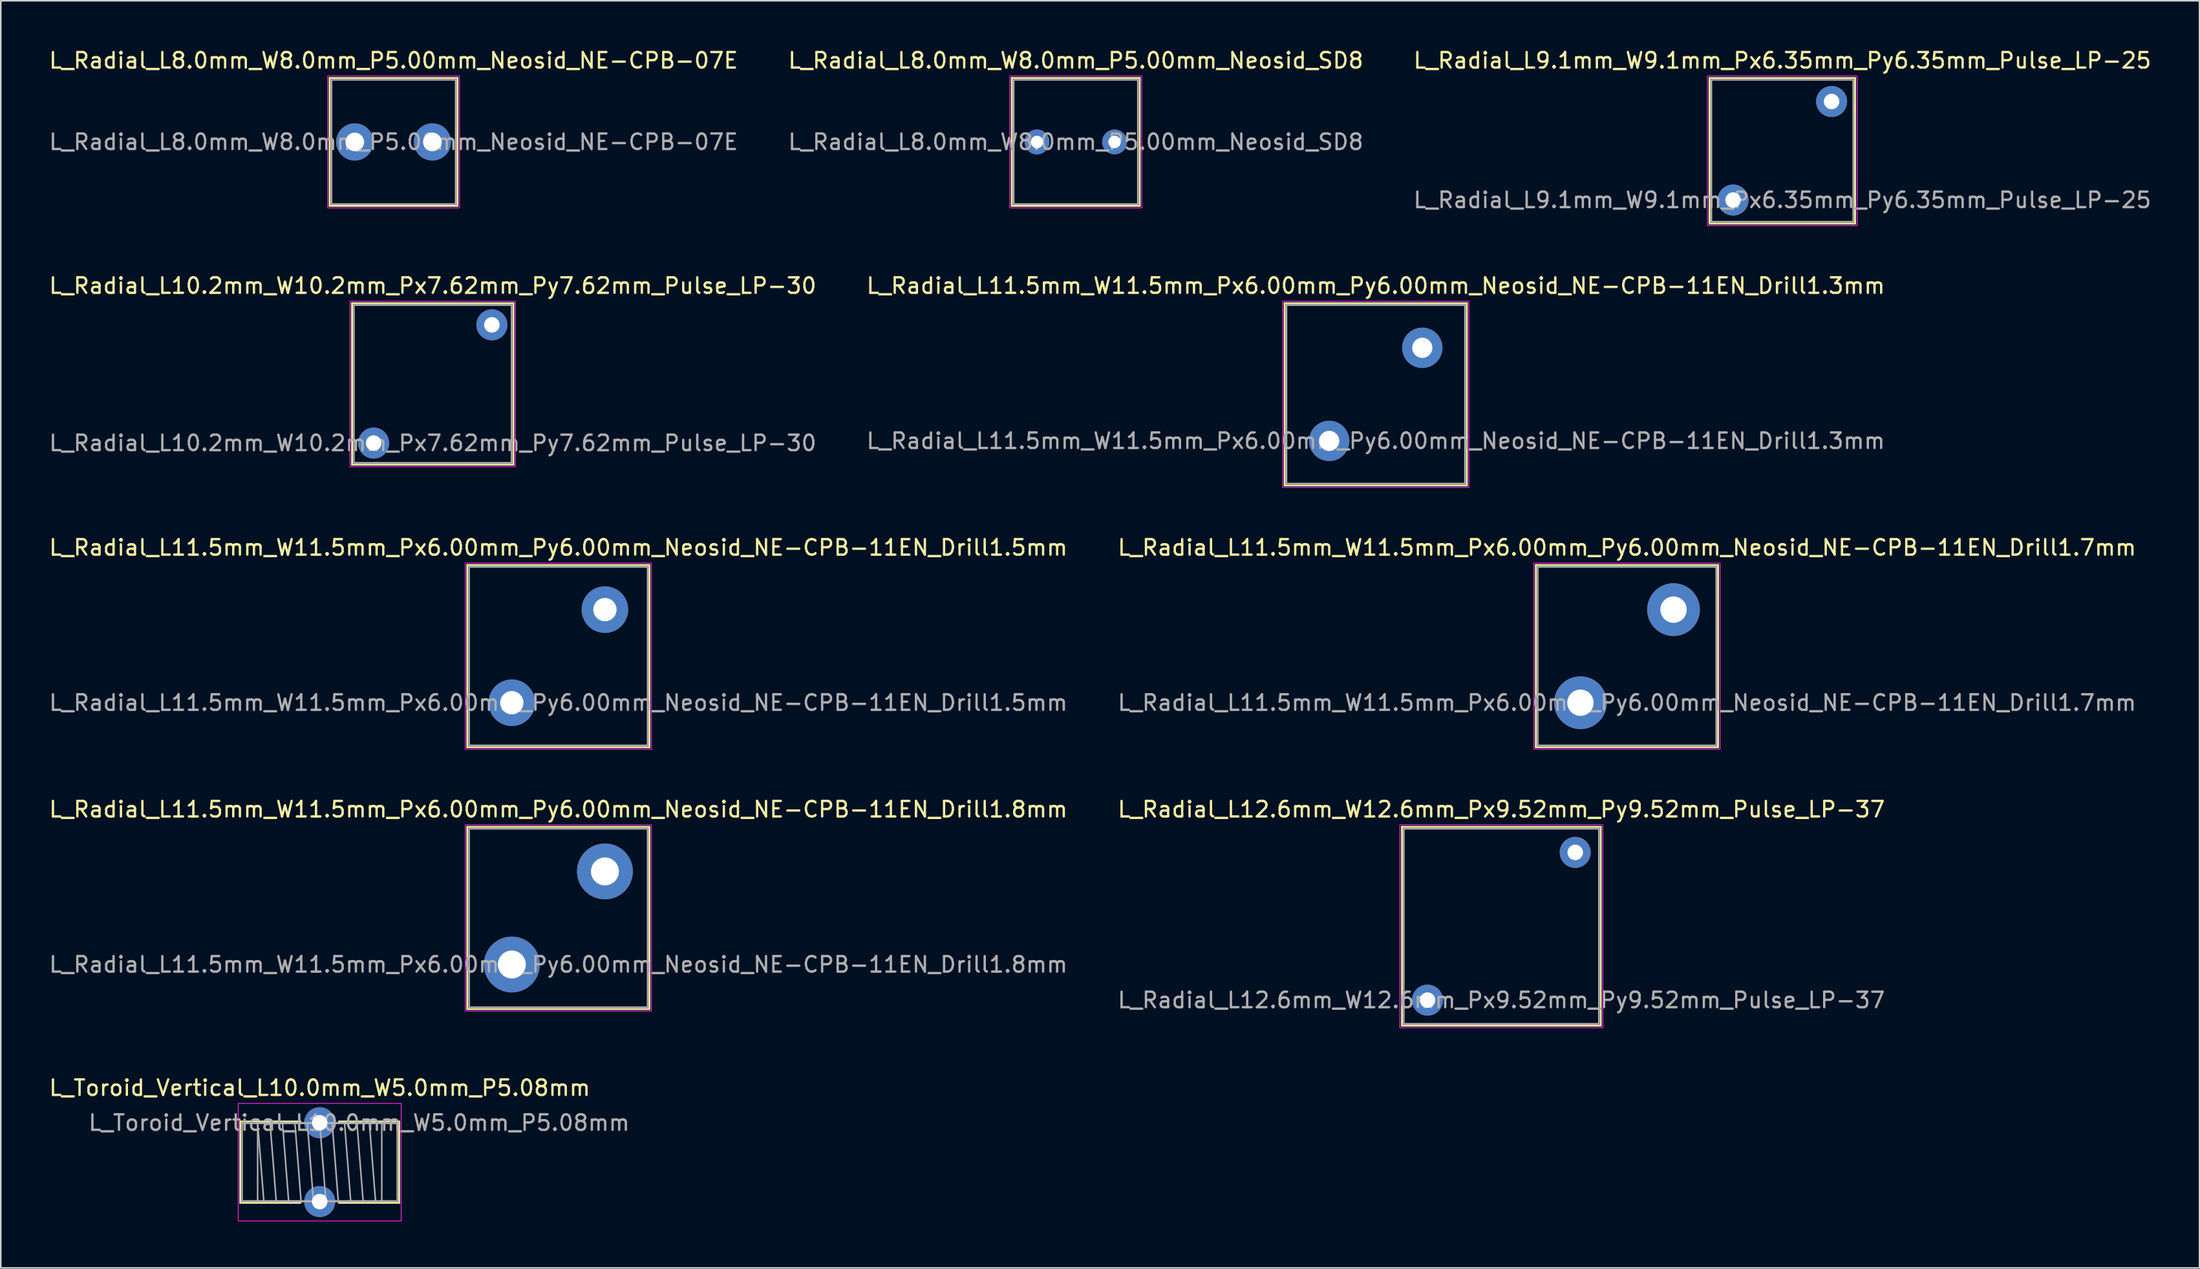
<source format=kicad_pcb>
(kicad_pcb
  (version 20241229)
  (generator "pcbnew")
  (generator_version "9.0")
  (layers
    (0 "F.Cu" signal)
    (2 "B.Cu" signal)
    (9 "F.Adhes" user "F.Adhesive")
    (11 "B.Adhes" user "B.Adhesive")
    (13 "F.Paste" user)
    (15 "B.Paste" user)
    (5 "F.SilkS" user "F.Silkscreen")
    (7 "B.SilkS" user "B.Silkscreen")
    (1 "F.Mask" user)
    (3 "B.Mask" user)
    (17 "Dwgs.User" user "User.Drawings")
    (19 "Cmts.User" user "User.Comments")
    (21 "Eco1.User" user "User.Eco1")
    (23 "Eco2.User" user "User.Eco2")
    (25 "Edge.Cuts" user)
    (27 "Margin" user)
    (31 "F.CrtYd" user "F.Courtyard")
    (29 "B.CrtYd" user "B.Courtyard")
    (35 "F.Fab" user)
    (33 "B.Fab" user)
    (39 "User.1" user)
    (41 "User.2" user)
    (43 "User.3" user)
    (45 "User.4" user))
  (footprint "L_Radial_L11.5mm_W11.5mm_Px6.00mm_Py6.00mm_Neosid_NE-CPB-11EN_Drill1.7mm"
    (layer "F.Cu")
    (at 98.804 42.24)
    (property "Reference" "L_Radial_L11.5mm_W11.5mm_Px6.00mm_Py6.00mm_Neosid_NE-CPB-11EN_Drill1.7mm" (at 3 -10 0) (layer "F.SilkS") (effects (font (size 1 1) (thickness 0.15))))
    (attr through_hole)
    (fp_line (start -2.87 -8.87) (end -2.87 2.87) (stroke (width 0.12) (type solid)) (layer "F.SilkS"))
    (fp_line (start -2.87 -8.87) (end 8.87 -8.87) (stroke (width 0.12) (type solid)) (layer "F.SilkS"))
    (fp_line (start -2.87 2.87) (end 8.87 2.87) (stroke (width 0.12) (type solid)) (layer "F.SilkS"))
    (fp_line (start 8.87 -8.87) (end 8.87 2.87) (stroke (width 0.12) (type solid)) (layer "F.SilkS"))
    (fp_rect (start -3 -9) (end 9 3) (stroke (width 0.05) (type solid)) (fill no) (layer "F.CrtYd"))
    (fp_rect (start -2.75 -8.75) (end 8.75 2.75) (stroke (width 0.1) (type solid)) (fill no) (layer "F.Fab"))
    (fp_text user "${REFERENCE}" (at 3 0 0) (layer "F.Fab") (effects (font (size 1 1) (thickness 0.15))))
    (pad "1" thru_hole circle (at 0 0) (size 3.4 3.4) (drill 1.7) (layers "*.Cu" "*.Mask"))
    (pad "2" thru_hole circle (at 6 -6) (size 3.4 3.4) (drill 1.7) (layers "*.Cu" "*.Mask")))
  (footprint "L_Radial_L9.1mm_W9.1mm_Px6.35mm_Py6.35mm_Pulse_LP-25"
    (layer "F.Cu")
    (at 108.64 9.843)
    (property "Reference" "L_Radial_L9.1mm_W9.1mm_Px6.35mm_Py6.35mm_Pulse_LP-25" (at 3.175 -8.995 0) (layer "F.SilkS") (effects (font (size 1 1) (thickness 0.15))))
    (attr through_hole)
    (fp_line (start -1.515 -7.865) (end -1.515 1.515) (stroke (width 0.12) (type solid)) (layer "F.SilkS"))
    (fp_line (start -1.515 -7.865) (end 7.865 -7.865) (stroke (width 0.12) (type solid)) (layer "F.SilkS"))
    (fp_line (start -1.515 1.515) (end 7.865 1.515) (stroke (width 0.12) (type solid)) (layer "F.SilkS"))
    (fp_line (start 7.865 -7.865) (end 7.865 1.515) (stroke (width 0.12) (type solid)) (layer "F.SilkS"))
    (fp_rect (start -1.65 -8) (end 8 1.65) (stroke (width 0.05) (type solid)) (fill no) (layer "F.CrtYd"))
    (fp_rect (start -1.395 -7.745) (end 7.745 1.395) (stroke (width 0.1) (type solid)) (fill no) (layer "F.Fab"))
    (fp_text user "${REFERENCE}" (at 3.175 0 0) (layer "F.Fab") (effects (font (size 1 1) (thickness 0.15))))
    (pad "1" thru_hole circle (at 0 0) (size 2 2) (drill 1) (layers "*.Cu" "*.Mask"))
    (pad "2" thru_hole circle (at 6.35 -6.35) (size 2 2) (drill 1) (layers "*.Cu" "*.Mask")))
  (footprint "L_Toroid_Vertical_L10.0mm_W5.0mm_P5.08mm"
    (layer "F.Cu")
    (at 17.554 69.311)
    (property "Reference" "L_Toroid_Vertical_L10.0mm_W5.0mm_P5.08mm" (at 0 -2.25 0) (layer "F.SilkS") (effects (font (size 1 1) (thickness 0.15))))
    (attr through_hole)
    (fp_line (start -5.12 -0.08) (end -5.12 5.16) (stroke (width 0.12) (type solid)) (layer "F.SilkS"))
    (fp_line (start -5.12 -0.08) (end -1.237 -0.08) (stroke (width 0.12) (type solid)) (layer "F.SilkS"))
    (fp_line (start -5.12 5.16) (end -1.237 5.16) (stroke (width 0.12) (type solid)) (layer "F.SilkS"))
    (fp_line (start 1.237 -0.08) (end 5.12 -0.08) (stroke (width 0.12) (type solid)) (layer "F.SilkS"))
    (fp_line (start 1.237 5.16) (end 5.12 5.16) (stroke (width 0.12) (type solid)) (layer "F.SilkS"))
    (fp_line (start 5.12 -0.08) (end 5.12 5.16) (stroke (width 0.12) (type solid)) (layer "F.SilkS"))
    (fp_rect (start -5.25 -1.25) (end 5.25 6.33) (stroke (width 0.05) (type solid)) (fill no) (layer "F.CrtYd"))
    (fp_line (start -4 0) (end -3.6 5.08) (stroke (width 0.1) (type solid)) (layer "F.Fab"))
    (fp_line (start -3.2 0) (end -2.8 5.08) (stroke (width 0.1) (type solid)) (layer "F.Fab"))
    (fp_line (start -2.4 0) (end -2 5.08) (stroke (width 0.1) (type solid)) (layer "F.Fab"))
    (fp_line (start -1.6 0) (end -1.2 5.08) (stroke (width 0.1) (type solid)) (layer "F.Fab"))
    (fp_line (start -0.8 0) (end -0.4 5.08) (stroke (width 0.1) (type solid)) (layer "F.Fab"))
    (fp_line (start 0 0) (end 0.4 5.08) (stroke (width 0.1) (type solid)) (layer "F.Fab"))
    (fp_line (start 0.8 0) (end 1.2 5.08) (stroke (width 0.1) (type solid)) (layer "F.Fab"))
    (fp_line (start 1.6 0) (end 2 5.08) (stroke (width 0.1) (type solid)) (layer "F.Fab"))
    (fp_line (start 2.4 0) (end 2.8 5.08) (stroke (width 0.1) (type solid)) (layer "F.Fab"))
    (fp_line (start 3.2 0) (end 3.6 5.08) (stroke (width 0.1) (type solid)) (layer "F.Fab"))
    (fp_rect (start -5 0.04) (end 5 5.04) (stroke (width 0.1) (type solid)) (fill no) (layer "F.Fab"))
    (fp_rect (start -4 0) (end 4 5.08) (stroke (width 0.1) (type solid)) (fill no) (layer "F.Fab"))
    (fp_text user "${REFERENCE}" (at 2.54 0 0) (layer "F.Fab") (effects (font (size 1 1) (thickness 0.15))))
    (pad "1" thru_hole circle (at 0 0) (size 2 2) (drill 1) (layers "*.Cu" "*.Mask"))
    (pad "2" thru_hole circle (at 0 5.08) (size 2 2) (drill 1) (layers "*.Cu" "*.Mask")))
  (footprint "L_Radial_L8.0mm_W8.0mm_P5.00mm_Neosid_NE-CPB-07E"
    (layer "F.Cu")
    (at 19.815 6.098)
    (property "Reference" "L_Radial_L8.0mm_W8.0mm_P5.00mm_Neosid_NE-CPB-07E" (at 2.5 -5.25 0) (layer "F.SilkS") (effects (font (size 1 1) (thickness 0.15))))
    (attr through_hole)
    (fp_line (start -1.62 -4.12) (end -1.62 4.12) (stroke (width 0.12) (type solid)) (layer "F.SilkS"))
    (fp_line (start -1.62 -4.12) (end 6.62 -4.12) (stroke (width 0.12) (type solid)) (layer "F.SilkS"))
    (fp_line (start -1.62 4.12) (end 6.62 4.12) (stroke (width 0.12) (type solid)) (layer "F.SilkS"))
    (fp_line (start 6.62 -4.12) (end 6.62 4.12) (stroke (width 0.12) (type solid)) (layer "F.SilkS"))
    (fp_rect (start -1.75 -4.25) (end 6.75 4.25) (stroke (width 0.05) (type solid)) (fill no) (layer "F.CrtYd"))
    (fp_rect (start -1.5 -4) (end 6.5 4) (stroke (width 0.1) (type solid)) (fill no) (layer "F.Fab"))
    (fp_text user "${REFERENCE}" (at 2.5 0 0) (layer "F.Fab") (effects (font (size 1 1) (thickness 0.15))))
    (pad "1" thru_hole circle (at 0 0) (size 2.4 2.4) (drill 1.2) (layers "*.Cu" "*.Mask"))
    (pad "2" thru_hole circle (at 5 0) (size 2.4 2.4) (drill 1.2) (layers "*.Cu" "*.Mask")))
  (footprint "L_Radial_L11.5mm_W11.5mm_Px6.00mm_Py6.00mm_Neosid_NE-CPB-11EN_Drill1.5mm"
    (layer "F.Cu")
    (at 29.935 42.24)
    (property "Reference" "L_Radial_L11.5mm_W11.5mm_Px6.00mm_Py6.00mm_Neosid_NE-CPB-11EN_Drill1.5mm" (at 3 -10 0) (layer "F.SilkS") (effects (font (size 1 1) (thickness 0.15))))
    (attr through_hole)
    (fp_line (start -2.87 -8.87) (end -2.87 2.87) (stroke (width 0.12) (type solid)) (layer "F.SilkS"))
    (fp_line (start -2.87 -8.87) (end 8.87 -8.87) (stroke (width 0.12) (type solid)) (layer "F.SilkS"))
    (fp_line (start -2.87 2.87) (end 8.87 2.87) (stroke (width 0.12) (type solid)) (layer "F.SilkS"))
    (fp_line (start 8.87 -8.87) (end 8.87 2.87) (stroke (width 0.12) (type solid)) (layer "F.SilkS"))
    (fp_rect (start -3 -9) (end 9 3) (stroke (width 0.05) (type solid)) (fill no) (layer "F.CrtYd"))
    (fp_rect (start -2.75 -8.75) (end 8.75 2.75) (stroke (width 0.1) (type solid)) (fill no) (layer "F.Fab"))
    (fp_text user "${REFERENCE}" (at 3 0 0) (layer "F.Fab") (effects (font (size 1 1) (thickness 0.15))))
    (pad "1" thru_hole circle (at 0 0) (size 3 3) (drill 1.5) (layers "*.Cu" "*.Mask"))
    (pad "2" thru_hole circle (at 6 -6) (size 3 3) (drill 1.5) (layers "*.Cu" "*.Mask")))
  (footprint "L_Radial_L11.5mm_W11.5mm_Px6.00mm_Py6.00mm_Neosid_NE-CPB-11EN_Drill1.3mm"
    (layer "F.Cu")
    (at 82.613 25.366)
    (property "Reference" "L_Radial_L11.5mm_W11.5mm_Px6.00mm_Py6.00mm_Neosid_NE-CPB-11EN_Drill1.3mm" (at 3 -10 0) (layer "F.SilkS") (effects (font (size 1 1) (thickness 0.15))))
    (attr through_hole)
    (fp_line (start -2.87 -8.87) (end -2.87 2.87) (stroke (width 0.12) (type solid)) (layer "F.SilkS"))
    (fp_line (start -2.87 -8.87) (end 8.87 -8.87) (stroke (width 0.12) (type solid)) (layer "F.SilkS"))
    (fp_line (start -2.87 2.87) (end 8.87 2.87) (stroke (width 0.12) (type solid)) (layer "F.SilkS"))
    (fp_line (start 8.87 -8.87) (end 8.87 2.87) (stroke (width 0.12) (type solid)) (layer "F.SilkS"))
    (fp_rect (start -3 -9) (end 9 3) (stroke (width 0.05) (type solid)) (fill no) (layer "F.CrtYd"))
    (fp_rect (start -2.75 -8.75) (end 8.75 2.75) (stroke (width 0.1) (type solid)) (fill no) (layer "F.Fab"))
    (fp_text user "${REFERENCE}" (at 3 0 0) (layer "F.Fab") (effects (font (size 1 1) (thickness 0.15))))
    (pad "1" thru_hole circle (at 0 0) (size 2.6 2.6) (drill 1.3) (layers "*.Cu" "*.Mask"))
    (pad "2" thru_hole circle (at 6 -6) (size 2.6 2.6) (drill 1.3) (layers "*.Cu" "*.Mask")))
  (footprint "L_Radial_L12.6mm_W12.6mm_Px9.52mm_Py9.52mm_Pulse_LP-37"
    (layer "F.Cu")
    (at 88.948 61.408)
    (property "Reference" "L_Radial_L12.6mm_W12.6mm_Px9.52mm_Py9.52mm_Pulse_LP-37" (at 4.76 -12.295 0) (layer "F.SilkS") (effects (font (size 1 1) (thickness 0.15))))
    (attr through_hole)
    (fp_line (start -1.645 -11.165) (end -1.645 1.645) (stroke (width 0.12) (type solid)) (layer "F.SilkS"))
    (fp_line (start -1.645 -11.165) (end 11.165 -11.165) (stroke (width 0.12) (type solid)) (layer "F.SilkS"))
    (fp_line (start -1.645 1.645) (end 11.165 1.645) (stroke (width 0.12) (type solid)) (layer "F.SilkS"))
    (fp_line (start 11.165 -11.165) (end 11.165 1.645) (stroke (width 0.12) (type solid)) (layer "F.SilkS"))
    (fp_rect (start -1.78 -11.3) (end 11.3 1.78) (stroke (width 0.05) (type solid)) (fill no) (layer "F.CrtYd"))
    (fp_rect (start -1.525 -11.045) (end 11.045 1.525) (stroke (width 0.1) (type solid)) (fill no) (layer "F.Fab"))
    (fp_text user "${REFERENCE}" (at 4.76 0 0) (layer "F.Fab") (effects (font (size 1 1) (thickness 0.15))))
    (pad "1" thru_hole circle (at 0 0) (size 2 2) (drill 1) (layers "*.Cu" "*.Mask"))
    (pad "2" thru_hole circle (at 9.52 -9.52) (size 2 2) (drill 1) (layers "*.Cu" "*.Mask")))
  (footprint "L_Radial_L10.2mm_W10.2mm_Px7.62mm_Py7.62mm_Pulse_LP-30"
    (layer "F.Cu")
    (at 21.029 25.506)
    (property "Reference" "L_Radial_L10.2mm_W10.2mm_Px7.62mm_Py7.62mm_Pulse_LP-30" (at 3.81 -10.14 0) (layer "F.SilkS") (effects (font (size 1 1) (thickness 0.15))))
    (attr through_hole)
    (fp_line (start -1.39 -9.01) (end -1.39 1.39) (stroke (width 0.12) (type solid)) (layer "F.SilkS"))
    (fp_line (start -1.39 -9.01) (end 9.01 -9.01) (stroke (width 0.12) (type solid)) (layer "F.SilkS"))
    (fp_line (start -1.39 1.39) (end 9.01 1.39) (stroke (width 0.12) (type solid)) (layer "F.SilkS"))
    (fp_line (start 9.01 -9.01) (end 9.01 1.39) (stroke (width 0.12) (type solid)) (layer "F.SilkS"))
    (fp_rect (start -1.52 -9.14) (end 9.14 1.52) (stroke (width 0.05) (type solid)) (fill no) (layer "F.CrtYd"))
    (fp_rect (start -1.27 -8.89) (end 8.89 1.27) (stroke (width 0.1) (type solid)) (fill no) (layer "F.Fab"))
    (fp_text user "${REFERENCE}" (at 3.81 0 0) (layer "F.Fab") (effects (font (size 1 1) (thickness 0.15))))
    (pad "1" thru_hole circle (at 0 0) (size 2 2) (drill 1) (layers "*.Cu" "*.Mask"))
    (pad "2" thru_hole circle (at 7.62 -7.62) (size 2 2) (drill 1) (layers "*.Cu" "*.Mask")))
  (footprint "L_Radial_L11.5mm_W11.5mm_Px6.00mm_Py6.00mm_Neosid_NE-CPB-11EN_Drill1.8mm"
    (layer "F.Cu")
    (at 29.935 59.113)
    (property "Reference" "L_Radial_L11.5mm_W11.5mm_Px6.00mm_Py6.00mm_Neosid_NE-CPB-11EN_Drill1.8mm" (at 3 -10 0) (layer "F.SilkS") (effects (font (size 1 1) (thickness 0.15))))
    (attr through_hole)
    (fp_line (start -2.87 -8.87) (end -2.87 2.87) (stroke (width 0.12) (type solid)) (layer "F.SilkS"))
    (fp_line (start -2.87 -8.87) (end 8.87 -8.87) (stroke (width 0.12) (type solid)) (layer "F.SilkS"))
    (fp_line (start -2.87 2.87) (end 8.87 2.87) (stroke (width 0.12) (type solid)) (layer "F.SilkS"))
    (fp_line (start 8.87 -8.87) (end 8.87 2.87) (stroke (width 0.12) (type solid)) (layer "F.SilkS"))
    (fp_rect (start -3 -9) (end 9 3) (stroke (width 0.05) (type solid)) (fill no) (layer "F.CrtYd"))
    (fp_rect (start -2.75 -8.75) (end 8.75 2.75) (stroke (width 0.1) (type solid)) (fill no) (layer "F.Fab"))
    (fp_text user "${REFERENCE}" (at 3 0 0) (layer "F.Fab") (effects (font (size 1 1) (thickness 0.15))))
    (pad "1" thru_hole circle (at 0 0) (size 3.6 3.6) (drill 1.8) (layers "*.Cu" "*.Mask"))
    (pad "2" thru_hole circle (at 6 -6) (size 3.6 3.6) (drill 1.8) (layers "*.Cu" "*.Mask")))
  (footprint "L_Radial_L8.0mm_W8.0mm_P5.00mm_Neosid_SD8"
    (layer "F.Cu")
    (at 63.78 6.098)
    (property "Reference" "L_Radial_L8.0mm_W8.0mm_P5.00mm_Neosid_SD8" (at 2.5 -5.25 0) (layer "F.SilkS") (effects (font (size 1 1) (thickness 0.15))))
    (attr through_hole)
    (fp_line (start -1.62 -4.12) (end -1.62 4.12) (stroke (width 0.12) (type solid)) (layer "F.SilkS"))
    (fp_line (start -1.62 -4.12) (end 6.62 -4.12) (stroke (width 0.12) (type solid)) (layer "F.SilkS"))
    (fp_line (start -1.62 4.12) (end 6.62 4.12) (stroke (width 0.12) (type solid)) (layer "F.SilkS"))
    (fp_line (start 6.62 -4.12) (end 6.62 4.12) (stroke (width 0.12) (type solid)) (layer "F.SilkS"))
    (fp_rect (start -1.75 -4.25) (end 6.75 4.25) (stroke (width 0.05) (type solid)) (fill no) (layer "F.CrtYd"))
    (fp_rect (start -1.5 -4) (end 6.5 4) (stroke (width 0.1) (type solid)) (fill no) (layer "F.Fab"))
    (fp_text user "${REFERENCE}" (at 2.5 0 0) (layer "F.Fab") (effects (font (size 1 1) (thickness 0.15))))
    (pad "1" thru_hole circle (at 0 0) (size 1.6 1.6) (drill 0.8) (layers "*.Cu" "*.Mask"))
    (pad "2" thru_hole circle (at 5 0) (size 1.6 1.6) (drill 0.8) (layers "*.Cu" "*.Mask")))
  (gr_rect
    (start -3 -3)
    (end 138.702 78.666)
    (stroke (width 0.1) (type default))
    (fill no)
    (layer "Edge.Cuts")))
</source>
